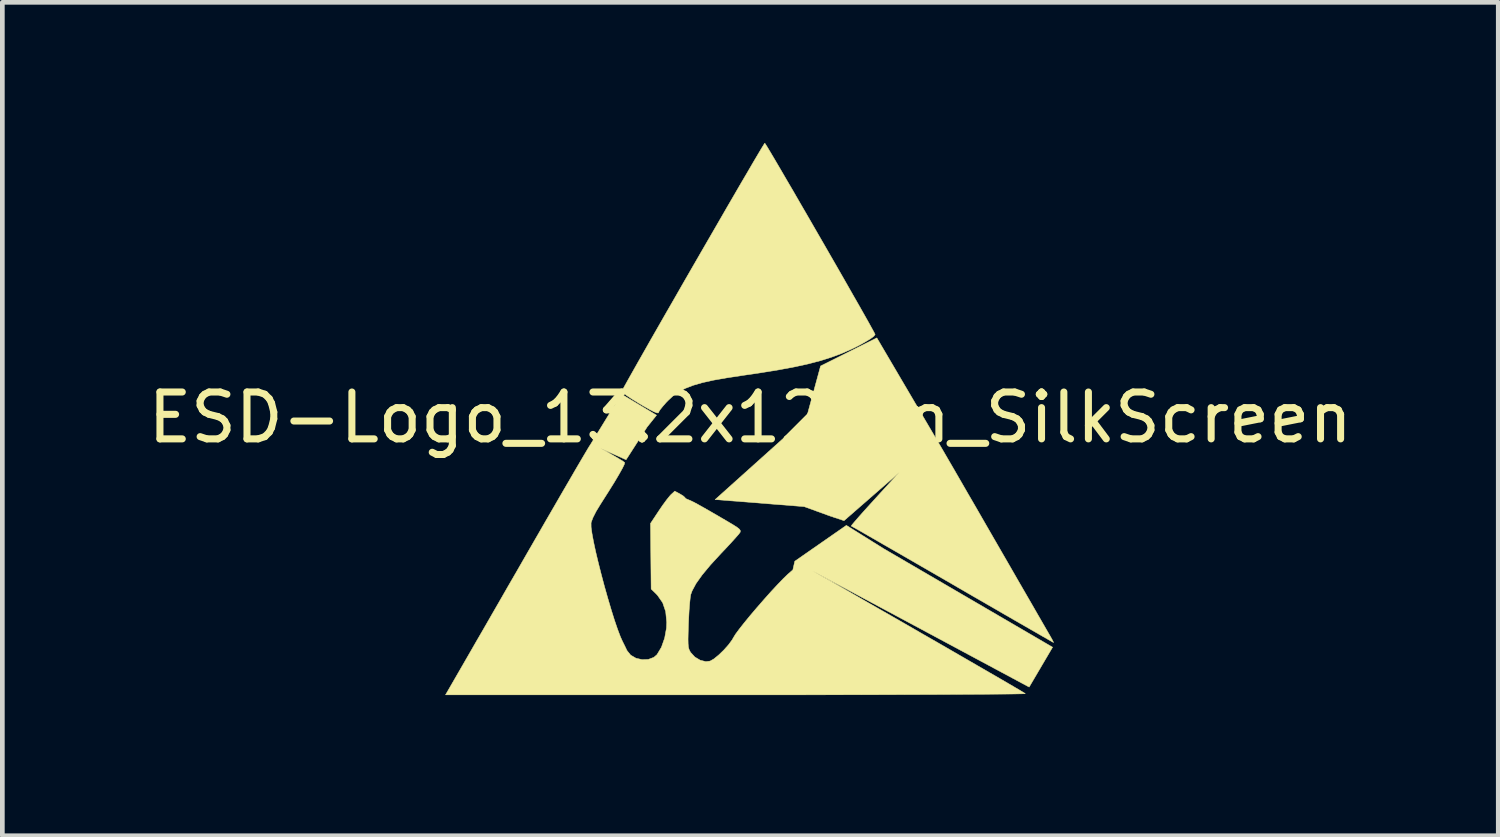
<source format=kicad_pcb>
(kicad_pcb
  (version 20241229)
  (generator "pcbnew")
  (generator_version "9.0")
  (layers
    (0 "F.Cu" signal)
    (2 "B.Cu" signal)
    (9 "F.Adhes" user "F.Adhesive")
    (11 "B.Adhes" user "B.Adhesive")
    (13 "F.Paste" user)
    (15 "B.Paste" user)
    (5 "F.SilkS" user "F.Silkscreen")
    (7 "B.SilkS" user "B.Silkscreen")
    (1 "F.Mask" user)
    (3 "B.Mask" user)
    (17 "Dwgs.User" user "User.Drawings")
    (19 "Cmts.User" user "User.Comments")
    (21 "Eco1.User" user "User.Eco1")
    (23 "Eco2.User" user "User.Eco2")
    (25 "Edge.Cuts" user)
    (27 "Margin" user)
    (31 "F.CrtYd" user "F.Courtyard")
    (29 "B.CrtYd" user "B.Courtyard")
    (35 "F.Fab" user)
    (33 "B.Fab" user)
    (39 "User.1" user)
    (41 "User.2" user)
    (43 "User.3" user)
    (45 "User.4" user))
  (footprint "ESD-Logo_13.2x12mm_SilkScreen"
    (layer "F.Cu")
    (at 12.958 5.859)
    (property "Reference" "ESD-Logo_13.2x12mm_SilkScreen" (at 0 0 0) (layer "F.SilkS") (effects (font (size 1 1) (thickness 0.15))))
    (attr exclude_from_pos_files exclude_from_bom)
    (fp_poly (pts (xy 3.975 0.469) (xy 3.998 0.507) (xy 4.049 0.595) (xy 4.126 0.727) (xy 4.226 0.9) (xy 4.348 1.109) (xy 4.487 1.35) (xy 4.642 1.619) (xy 4.811 1.91) (xy 4.99 2.221) (xy 5.174 2.54) (xy 5.362 2.866) (xy 5.543 3.179) (xy 5.713 3.475) (xy 5.871 3.748) (xy 6.014 3.995) (xy 6.138 4.211) (xy 6.242 4.391) (xy 6.322 4.53) (xy 6.377 4.625) (xy 6.403 4.67) (xy 6.445 4.745) (xy 6.468 4.792) (xy 6.469 4.8) (xy 6.441 4.784) (xy 6.364 4.74) (xy 6.241 4.67) (xy 6.077 4.575) (xy 5.875 4.459) (xy 5.64 4.324) (xy 5.375 4.171) (xy 5.085 4.003) (xy 4.774 3.824) (xy 4.446 3.634) (xy 4.321 3.561) (xy 3.987 3.368) (xy 3.668 3.184) (xy 3.369 3.011) (xy 3.093 2.852) (xy 2.844 2.709) (xy 2.628 2.584) (xy 2.447 2.48) (xy 2.306 2.399) (xy 2.208 2.344) (xy 2.159 2.317) (xy 2.154 2.314) (xy 2.169 2.29) (xy 2.221 2.228) (xy 2.305 2.131) (xy 2.415 2.007) (xy 2.547 1.861) (xy 2.694 1.699) (xy 2.852 1.526) (xy 3.015 1.349) (xy 3.179 1.172) (xy 2 2.2) (xy 1.7 2.1) (xy 1.15 1.9) (xy -0.75 1.75) (xy 1.2 0) (xy 1.5 -1.1) (xy 2.7 -1.7) (xy 3.975 0.469)) (stroke (width 0.01) (type solid)) (fill yes) (layer "F.SilkS"))
    (fp_poly (pts (xy 0.328 -5.828) (xy 0.374 -5.754) (xy 0.445 -5.635) (xy 0.538 -5.478) (xy 0.65 -5.287) (xy 0.778 -5.067) (xy 0.92 -4.825) (xy 1.071 -4.563) (xy 1.231 -4.288) (xy 1.394 -4.005) (xy 1.56 -3.718) (xy 1.724 -3.433) (xy 1.884 -3.155) (xy 2.037 -2.888) (xy 2.179 -2.638) (xy 2.309 -2.411) (xy 2.423 -2.21) (xy 2.519 -2.04) (xy 2.592 -1.908) (xy 2.641 -1.818) (xy 2.663 -1.775) (xy 2.664 -1.773) (xy 2.637 -1.736) (xy 2.562 -1.68) (xy 2.448 -1.611) (xy 2.305 -1.532) (xy 2.154 -1.458) (xy 1.949 -1.368) (xy 1.734 -1.288) (xy 1.5 -1.214) (xy 1.241 -1.146) (xy 0.949 -1.082) (xy 0.617 -1.02) (xy 0.238 -0.958) (xy -0.155 -0.9) (xy -0.496 -0.848) (xy -0.783 -0.798) (xy -1.022 -0.745) (xy -1.221 -0.687) (xy -1.386 -0.623) (xy -1.526 -0.549) (xy -1.647 -0.463) (xy -1.756 -0.362) (xy -1.792 -0.325) (xy -1.868 -0.238) (xy -1.925 -0.167) (xy -1.951 -0.125) (xy -1.951 -0.121) (xy -1.961 -0.1) (xy -1.992 -0.1) (xy -2.053 -0.123) (xy -2.15 -0.173) (xy -2.289 -0.252) (xy -2.385 -0.309) (xy -2.529 -0.398) (xy -2.641 -0.473) (xy -2.713 -0.531) (xy -2.738 -0.565) (xy -2.738 -0.565) (xy -2.722 -0.598) (xy -2.678 -0.679) (xy -2.608 -0.805) (xy -2.515 -0.97) (xy -2.401 -1.172) (xy -2.269 -1.404) (xy -2.122 -1.663) (xy -1.961 -1.944) (xy -1.79 -2.243) (xy -1.61 -2.555) (xy -1.426 -2.877) (xy -1.238 -3.203) (xy -1.05 -3.529) (xy -0.864 -3.85) (xy -0.683 -4.163) (xy -0.51 -4.463) (xy -0.346 -4.745) (xy -0.195 -5.005) (xy -0.058 -5.238) (xy 0.06 -5.441) (xy 0.159 -5.608) (xy 0.235 -5.736) (xy 0.286 -5.819) (xy 0.309 -5.854) (xy 0.31 -5.854) (xy 0.328 -5.828)) (stroke (width 0.01) (type solid)) (fill yes) (layer "F.SilkS"))
    (fp_poly (pts (xy -2.2 0.2) (xy -2.65 0.9) (xy -3.192 0.657) (xy -3.049 0.736) (xy -3.038 0.742) (xy -2.907 0.817) (xy -2.796 0.883) (xy -2.717 0.932) (xy -2.68 0.96) (xy -2.679 0.961) (xy -2.688 0.999) (xy -2.729 1.083) (xy -2.8 1.21) (xy -2.897 1.374) (xy -3.019 1.57) (xy -3.162 1.795) (xy -3.197 1.85) (xy -3.29 2.003) (xy -3.357 2.135) (xy -3.394 2.234) (xy -3.397 2.253) (xy -3.396 2.339) (xy -3.377 2.474) (xy -3.344 2.652) (xy -3.299 2.862) (xy -3.243 3.096) (xy -3.18 3.345) (xy -3.112 3.601) (xy -3.04 3.855) (xy -2.968 4.098) (xy -2.898 4.322) (xy -2.831 4.518) (xy -2.771 4.676) (xy -2.729 4.77) (xy -2.679 4.87) (xy -2.633 4.966) (xy -2.63 4.972) (xy -2.553 5.068) (xy -2.44 5.134) (xy -2.308 5.165) (xy -2.175 5.16) (xy -2.058 5.116) (xy -1.991 5.059) (xy -1.896 4.901) (xy -1.827 4.705) (xy -1.788 4.49) (xy -1.783 4.368) (xy -1.805 4.14) (xy -1.869 3.951) (xy -1.979 3.793) (xy -2.013 3.757) (xy -2.115 3.658) (xy -2.129 2.259) (xy -1.95 1.989) (xy -1.867 1.867) (xy -1.786 1.757) (xy -1.72 1.675) (xy -1.692 1.644) (xy -1.611 1.57) (xy -1.503 1.628) (xy -1.434 1.67) (xy -1.396 1.703) (xy -1.394 1.709) (xy -1.368 1.733) (xy -1.324 1.752) (xy -1.282 1.769) (xy -1.217 1.8) (xy -1.123 1.85) (xy -0.996 1.921) (xy -0.83 2.016) (xy -0.619 2.139) (xy -0.504 2.206) (xy -0.369 2.286) (xy -0.28 2.343) (xy -0.23 2.384) (xy -0.211 2.415) (xy -0.215 2.443) (xy -0.218 2.45) (xy -0.249 2.491) (xy -0.316 2.567) (xy -0.41 2.671) (xy -0.524 2.794) (xy -0.623 2.898) (xy -0.85 3.145) (xy -1.028 3.359) (xy -1.158 3.542) (xy -1.241 3.697) (xy -1.27 3.776) (xy -1.281 3.844) (xy -1.293 3.962) (xy -1.305 4.114) (xy -1.314 4.288) (xy -1.319 4.399) (xy -1.325 4.589) (xy -1.328 4.728) (xy -1.326 4.827) (xy -1.32 4.896) (xy -1.307 4.945) (xy -1.287 4.987) (xy -1.272 5.012) (xy -1.183 5.109) (xy -1.069 5.177) (xy -0.949 5.207) (xy -0.858 5.196) (xy -0.777 5.15) (xy -0.675 5.067) (xy -0.566 4.962) (xy -0.465 4.849) (xy -0.387 4.743) (xy -0.358 4.692) (xy -0.315 4.622) (xy -0.236 4.515) (xy -0.13 4.38) (xy -0.002 4.224) (xy 0.139 4.058) (xy 0.288 3.887) (xy 0.435 3.722) (xy 0.575 3.571) (xy 0.7 3.441) (xy 0.799 3.345) (xy 0.908 3.25) (xy 0.95 3.065) (xy 2.05 2.3) (xy 2.85 2.8) (xy 6.45 4.9) (xy 5.95 5.75) (xy 1.325 3.27) (xy 1.49 3.364) (xy 1.691 3.478) (xy 1.921 3.609) (xy 2.176 3.755) (xy 2.452 3.914) (xy 2.744 4.081) (xy 3.048 4.255) (xy 3.358 4.433) (xy 3.669 4.613) (xy 3.978 4.79) (xy 4.279 4.964) (xy 4.568 5.131) (xy 4.839 5.288) (xy 5.089 5.433) (xy 5.313 5.562) (xy 5.505 5.674) (xy 5.662 5.766) (xy 5.777 5.834) (xy 5.848 5.877) (xy 5.868 5.89) (xy 5.841 5.893) (xy 5.754 5.895) (xy 5.611 5.898) (xy 5.415 5.9) (xy 5.169 5.902) (xy 4.875 5.904) (xy 4.536 5.906) (xy 4.156 5.908) (xy 3.736 5.91) (xy 3.281 5.911) (xy 2.792 5.913) (xy 2.274 5.914) (xy 1.728 5.915) (xy 1.157 5.916) (xy 0.565 5.916) (xy -0.046 5.916) (xy -0.302 5.916) (xy -6.502 5.916) (xy -6.06 5.15) (xy -5.966 4.987) (xy -5.846 4.778) (xy -5.702 4.53) (xy -5.54 4.248) (xy -5.363 3.941) (xy -5.176 3.615) (xy -4.981 3.278) (xy -4.784 2.935) (xy -4.588 2.595) (xy -4.538 2.509) (xy -4.358 2.196) (xy -4.185 1.898) (xy -4.024 1.619) (xy -3.876 1.365) (xy -3.745 1.139) (xy -3.632 0.946) (xy -3.54 0.79) (xy -3.473 0.677) (xy -3.432 0.609) (xy -3.42 0.592) (xy -2.75 -0.5) (xy -2 -0.05)) (stroke (width 0.01) (type solid)) (fill yes) (layer "F.SilkS")))
  (gr_rect
    (start -3 -3)
    (end 28.917 14.781)
    (stroke (width 0.1) (type default))
    (fill no)
    (layer "Edge.Cuts")))
</source>
